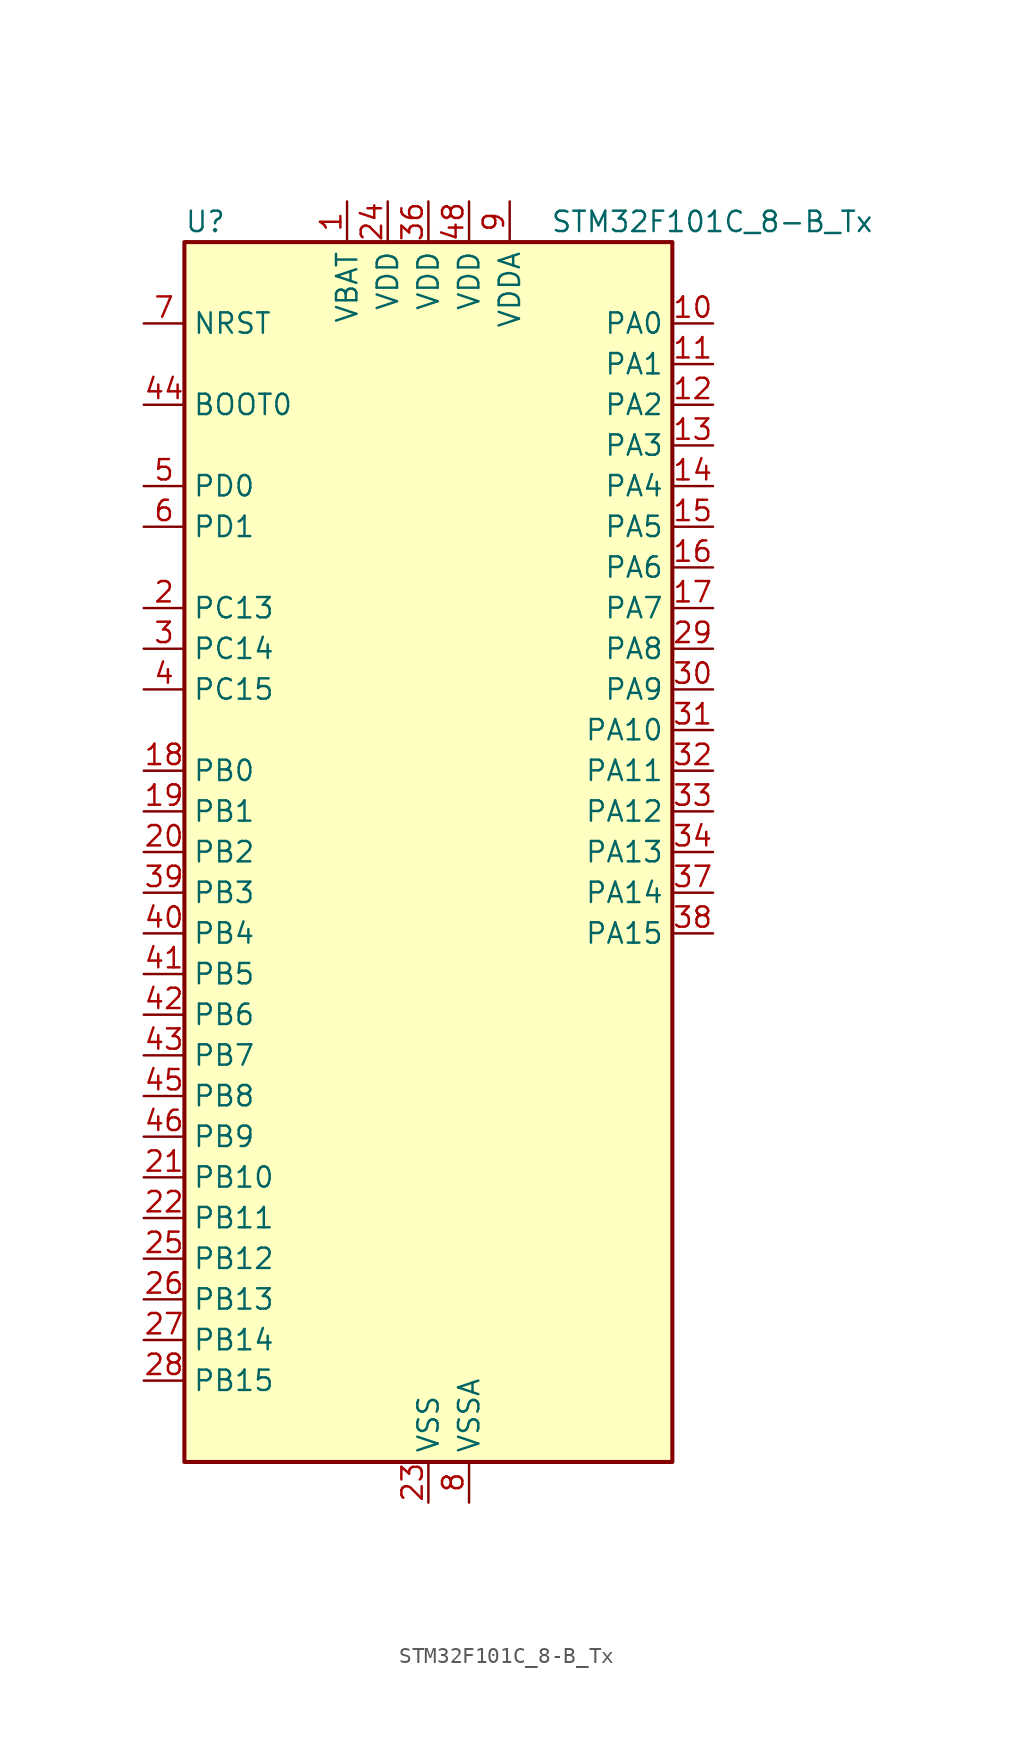
<source format=kicad_sym>
(kicad_symbol_lib
  (version 20241209)
  (generator "kicad_symbol_editor")
  (generator_version "9.0")
  (symbol "STM32F101C_8-B_Tx"
    (property "Reference" "U"
      (at -15.24 39.37 0)
      (effects (font (size 1.27 1.27)) (justify left)))
    (property "Value" "STM32F101C_8-B_Tx"
      (at 7.62 39.37 0)
      (effects (font (size 1.27 1.27)) (justify left)))
    (symbol "STM32F101C_8-B_Tx_0_1"
      (rectangle (start -15.24 -38.1) (end 15.24 38.1) (stroke (width 0.254) (type default)) (fill (type background))))
    (symbol "STM32F101C_8-B_Tx_1_1"
      (pin input line (at -17.78 33.02 0) (length 2.54) (name "NRST" (effects (font (size 1.27 1.27)))) (number "7" (effects (font (size 1.27 1.27)))))
      (pin input line (at -17.78 27.94 0) (length 2.54) (name "BOOT0" (effects (font (size 1.27 1.27)))) (number "44" (effects (font (size 1.27 1.27)))))
      (pin bidirectional line (at -17.78 22.86 0) (length 2.54) (name "PD0" (effects (font (size 1.27 1.27)))) (number "5" (effects (font (size 1.27 1.27)))) (alternate "RCC_OSC_IN" bidirectional line))
      (pin bidirectional line (at -17.78 20.32 0) (length 2.54) (name "PD1" (effects (font (size 1.27 1.27)))) (number "6" (effects (font (size 1.27 1.27)))) (alternate "RCC_OSC_OUT" bidirectional line))
      (pin bidirectional line (at -17.78 15.24 0) (length 2.54) (name "PC13" (effects (font (size 1.27 1.27)))) (number "2" (effects (font (size 1.27 1.27)))) (alternate "RTC_OUT" bidirectional line) (alternate "RTC_TAMPER" bidirectional line))
      (pin bidirectional line (at -17.78 12.7 0) (length 2.54) (name "PC14" (effects (font (size 1.27 1.27)))) (number "3" (effects (font (size 1.27 1.27)))) (alternate "RCC_OSC32_IN" bidirectional line))
      (pin bidirectional line (at -17.78 10.16 0) (length 2.54) (name "PC15" (effects (font (size 1.27 1.27)))) (number "4" (effects (font (size 1.27 1.27)))) (alternate "ADC1_EXTI15" bidirectional line) (alternate "RCC_OSC32_OUT" bidirectional line))
      (pin bidirectional line (at -17.78 5.08 0) (length 2.54) (name "PB0" (effects (font (size 1.27 1.27)))) (number "18" (effects (font (size 1.27 1.27)))) (alternate "ADC1_IN8" bidirectional line) (alternate "TIM3_CH3" bidirectional line))
      (pin bidirectional line (at -17.78 2.54 0) (length 2.54) (name "PB1" (effects (font (size 1.27 1.27)))) (number "19" (effects (font (size 1.27 1.27)))) (alternate "ADC1_IN9" bidirectional line) (alternate "TIM3_CH4" bidirectional line))
      (pin bidirectional line (at -17.78 0 0) (length 2.54) (name "PB2" (effects (font (size 1.27 1.27)))) (number "20" (effects (font (size 1.27 1.27)))))
      (pin bidirectional line (at -17.78 -2.54 0) (length 2.54) (name "PB3" (effects (font (size 1.27 1.27)))) (number "39" (effects (font (size 1.27 1.27)))) (alternate "SPI1_SCK" bidirectional line) (alternate "SYS_JTDO-TRACESWO" bidirectional line) (alternate "TIM2_CH2" bidirectional line))
      (pin bidirectional line (at -17.78 -5.08 0) (length 2.54) (name "PB4" (effects (font (size 1.27 1.27)))) (number "40" (effects (font (size 1.27 1.27)))) (alternate "SPI1_MISO" bidirectional line) (alternate "SYS_NJTRST" bidirectional line) (alternate "TIM3_CH1" bidirectional line))
      (pin bidirectional line (at -17.78 -7.62 0) (length 2.54) (name "PB5" (effects (font (size 1.27 1.27)))) (number "41" (effects (font (size 1.27 1.27)))) (alternate "I2C1_SMBA" bidirectional line) (alternate "SPI1_MOSI" bidirectional line) (alternate "TIM3_CH2" bidirectional line))
      (pin bidirectional line (at -17.78 -10.16 0) (length 2.54) (name "PB6" (effects (font (size 1.27 1.27)))) (number "42" (effects (font (size 1.27 1.27)))) (alternate "I2C1_SCL" bidirectional line) (alternate "TIM4_CH1" bidirectional line) (alternate "USART1_TX" bidirectional line))
      (pin bidirectional line (at -17.78 -12.7 0) (length 2.54) (name "PB7" (effects (font (size 1.27 1.27)))) (number "43" (effects (font (size 1.27 1.27)))) (alternate "I2C1_SDA" bidirectional line) (alternate "TIM4_CH2" bidirectional line) (alternate "USART1_RX" bidirectional line))
      (pin bidirectional line (at -17.78 -15.24 0) (length 2.54) (name "PB8" (effects (font (size 1.27 1.27)))) (number "45" (effects (font (size 1.27 1.27)))) (alternate "I2C1_SCL" bidirectional line) (alternate "TIM4_CH3" bidirectional line))
      (pin bidirectional line (at -17.78 -17.78 0) (length 2.54) (name "PB9" (effects (font (size 1.27 1.27)))) (number "46" (effects (font (size 1.27 1.27)))) (alternate "I2C1_SDA" bidirectional line) (alternate "TIM4_CH4" bidirectional line))
      (pin bidirectional line (at -17.78 -20.32 0) (length 2.54) (name "PB10" (effects (font (size 1.27 1.27)))) (number "21" (effects (font (size 1.27 1.27)))) (alternate "I2C2_SCL" bidirectional line) (alternate "TIM2_CH3" bidirectional line) (alternate "USART3_TX" bidirectional line))
      (pin bidirectional line (at -17.78 -22.86 0) (length 2.54) (name "PB11" (effects (font (size 1.27 1.27)))) (number "22" (effects (font (size 1.27 1.27)))) (alternate "ADC1_EXTI11" bidirectional line) (alternate "I2C2_SDA" bidirectional line) (alternate "TIM2_CH4" bidirectional line) (alternate "USART3_RX" bidirectional line))
      (pin bidirectional line (at -17.78 -25.4 0) (length 2.54) (name "PB12" (effects (font (size 1.27 1.27)))) (number "25" (effects (font (size 1.27 1.27)))) (alternate "I2C2_SMBA" bidirectional line) (alternate "SPI2_NSS" bidirectional line) (alternate "USART3_CK" bidirectional line))
      (pin bidirectional line (at -17.78 -27.94 0) (length 2.54) (name "PB13" (effects (font (size 1.27 1.27)))) (number "26" (effects (font (size 1.27 1.27)))) (alternate "SPI2_SCK" bidirectional line) (alternate "USART3_CTS" bidirectional line))
      (pin bidirectional line (at -17.78 -30.48 0) (length 2.54) (name "PB14" (effects (font (size 1.27 1.27)))) (number "27" (effects (font (size 1.27 1.27)))) (alternate "SPI2_MISO" bidirectional line) (alternate "USART3_RTS" bidirectional line))
      (pin bidirectional line (at -17.78 -33.02 0) (length 2.54) (name "PB15" (effects (font (size 1.27 1.27)))) (number "28" (effects (font (size 1.27 1.27)))) (alternate "ADC1_EXTI15" bidirectional line) (alternate "SPI2_MOSI" bidirectional line))
      (pin power_in line (at -5.08 40.64 270) (length 2.54) (name "VBAT" (effects (font (size 1.27 1.27)))) (number "1" (effects (font (size 1.27 1.27)))))
      (pin power_in line (at -2.54 40.64 270) (length 2.54) (name "VDD" (effects (font (size 1.27 1.27)))) (number "24" (effects (font (size 1.27 1.27)))))
      (pin power_in line (at 0 40.64 270) (length 2.54) (name "VDD" (effects (font (size 1.27 1.27)))) (number "36" (effects (font (size 1.27 1.27)))))
      (pin power_in line (at 0 -40.64 90) (length 2.54) (name "VSS" (effects (font (size 1.27 1.27)))) (number "23" (effects (font (size 1.27 1.27)))))
      (pin passive line (at 0 -40.64 90) (length 2.54) (hide yes) (name "VSS" (effects (font (size 1.27 1.27)))) (number "35" (effects (font (size 1.27 1.27)))))
      (pin passive line (at 0 -40.64 90) (length 2.54) (hide yes) (name "VSS" (effects (font (size 1.27 1.27)))) (number "47" (effects (font (size 1.27 1.27)))))
      (pin power_in line (at 2.54 40.64 270) (length 2.54) (name "VDD" (effects (font (size 1.27 1.27)))) (number "48" (effects (font (size 1.27 1.27)))))
      (pin power_in line (at 2.54 -40.64 90) (length 2.54) (name "VSSA" (effects (font (size 1.27 1.27)))) (number "8" (effects (font (size 1.27 1.27)))))
      (pin power_in line (at 5.08 40.64 270) (length 2.54) (name "VDDA" (effects (font (size 1.27 1.27)))) (number "9" (effects (font (size 1.27 1.27)))))
      (pin bidirectional line (at 17.78 33.02 180) (length 2.54) (name "PA0" (effects (font (size 1.27 1.27)))) (number "10" (effects (font (size 1.27 1.27)))) (alternate "ADC1_IN0" bidirectional line) (alternate "SYS_WKUP" bidirectional line) (alternate "TIM2_CH1" bidirectional line) (alternate "TIM2_ETR" bidirectional line) (alternate "USART2_CTS" bidirectional line))
      (pin bidirectional line (at 17.78 30.48 180) (length 2.54) (name "PA1" (effects (font (size 1.27 1.27)))) (number "11" (effects (font (size 1.27 1.27)))) (alternate "ADC1_IN1" bidirectional line) (alternate "TIM2_CH2" bidirectional line) (alternate "USART2_RTS" bidirectional line))
      (pin bidirectional line (at 17.78 27.94 180) (length 2.54) (name "PA2" (effects (font (size 1.27 1.27)))) (number "12" (effects (font (size 1.27 1.27)))) (alternate "ADC1_IN2" bidirectional line) (alternate "TIM2_CH3" bidirectional line) (alternate "USART2_TX" bidirectional line))
      (pin bidirectional line (at 17.78 25.4 180) (length 2.54) (name "PA3" (effects (font (size 1.27 1.27)))) (number "13" (effects (font (size 1.27 1.27)))) (alternate "ADC1_IN3" bidirectional line) (alternate "TIM2_CH4" bidirectional line) (alternate "USART2_RX" bidirectional line))
      (pin bidirectional line (at 17.78 22.86 180) (length 2.54) (name "PA4" (effects (font (size 1.27 1.27)))) (number "14" (effects (font (size 1.27 1.27)))) (alternate "ADC1_IN4" bidirectional line) (alternate "SPI1_NSS" bidirectional line) (alternate "USART2_CK" bidirectional line))
      (pin bidirectional line (at 17.78 20.32 180) (length 2.54) (name "PA5" (effects (font (size 1.27 1.27)))) (number "15" (effects (font (size 1.27 1.27)))) (alternate "ADC1_IN5" bidirectional line) (alternate "SPI1_SCK" bidirectional line))
      (pin bidirectional line (at 17.78 17.78 180) (length 2.54) (name "PA6" (effects (font (size 1.27 1.27)))) (number "16" (effects (font (size 1.27 1.27)))) (alternate "ADC1_IN6" bidirectional line) (alternate "SPI1_MISO" bidirectional line) (alternate "TIM3_CH1" bidirectional line))
      (pin bidirectional line (at 17.78 15.24 180) (length 2.54) (name "PA7" (effects (font (size 1.27 1.27)))) (number "17" (effects (font (size 1.27 1.27)))) (alternate "ADC1_IN7" bidirectional line) (alternate "SPI1_MOSI" bidirectional line) (alternate "TIM3_CH2" bidirectional line))
      (pin bidirectional line (at 17.78 12.7 180) (length 2.54) (name "PA8" (effects (font (size 1.27 1.27)))) (number "29" (effects (font (size 1.27 1.27)))) (alternate "RCC_MCO" bidirectional line) (alternate "USART1_CK" bidirectional line))
      (pin bidirectional line (at 17.78 10.16 180) (length 2.54) (name "PA9" (effects (font (size 1.27 1.27)))) (number "30" (effects (font (size 1.27 1.27)))) (alternate "USART1_TX" bidirectional line))
      (pin bidirectional line (at 17.78 7.62 180) (length 2.54) (name "PA10" (effects (font (size 1.27 1.27)))) (number "31" (effects (font (size 1.27 1.27)))) (alternate "USART1_RX" bidirectional line))
      (pin bidirectional line (at 17.78 5.08 180) (length 2.54) (name "PA11" (effects (font (size 1.27 1.27)))) (number "32" (effects (font (size 1.27 1.27)))) (alternate "ADC1_EXTI11" bidirectional line) (alternate "USART1_CTS" bidirectional line))
      (pin bidirectional line (at 17.78 2.54 180) (length 2.54) (name "PA12" (effects (font (size 1.27 1.27)))) (number "33" (effects (font (size 1.27 1.27)))) (alternate "USART1_RTS" bidirectional line))
      (pin bidirectional line (at 17.78 0 180) (length 2.54) (name "PA13" (effects (font (size 1.27 1.27)))) (number "34" (effects (font (size 1.27 1.27)))) (alternate "SYS_JTMS-SWDIO" bidirectional line))
      (pin bidirectional line (at 17.78 -2.54 180) (length 2.54) (name "PA14" (effects (font (size 1.27 1.27)))) (number "37" (effects (font (size 1.27 1.27)))) (alternate "SYS_JTCK-SWCLK" bidirectional line))
      (pin bidirectional line (at 17.78 -5.08 180) (length 2.54) (name "PA15" (effects (font (size 1.27 1.27)))) (number "38" (effects (font (size 1.27 1.27)))) (alternate "ADC1_EXTI15" bidirectional line) (alternate "SPI1_NSS" bidirectional line) (alternate "SYS_JTDI" bidirectional line) (alternate "TIM2_CH1" bidirectional line) (alternate "TIM2_ETR" bidirectional line)))))
</source>
